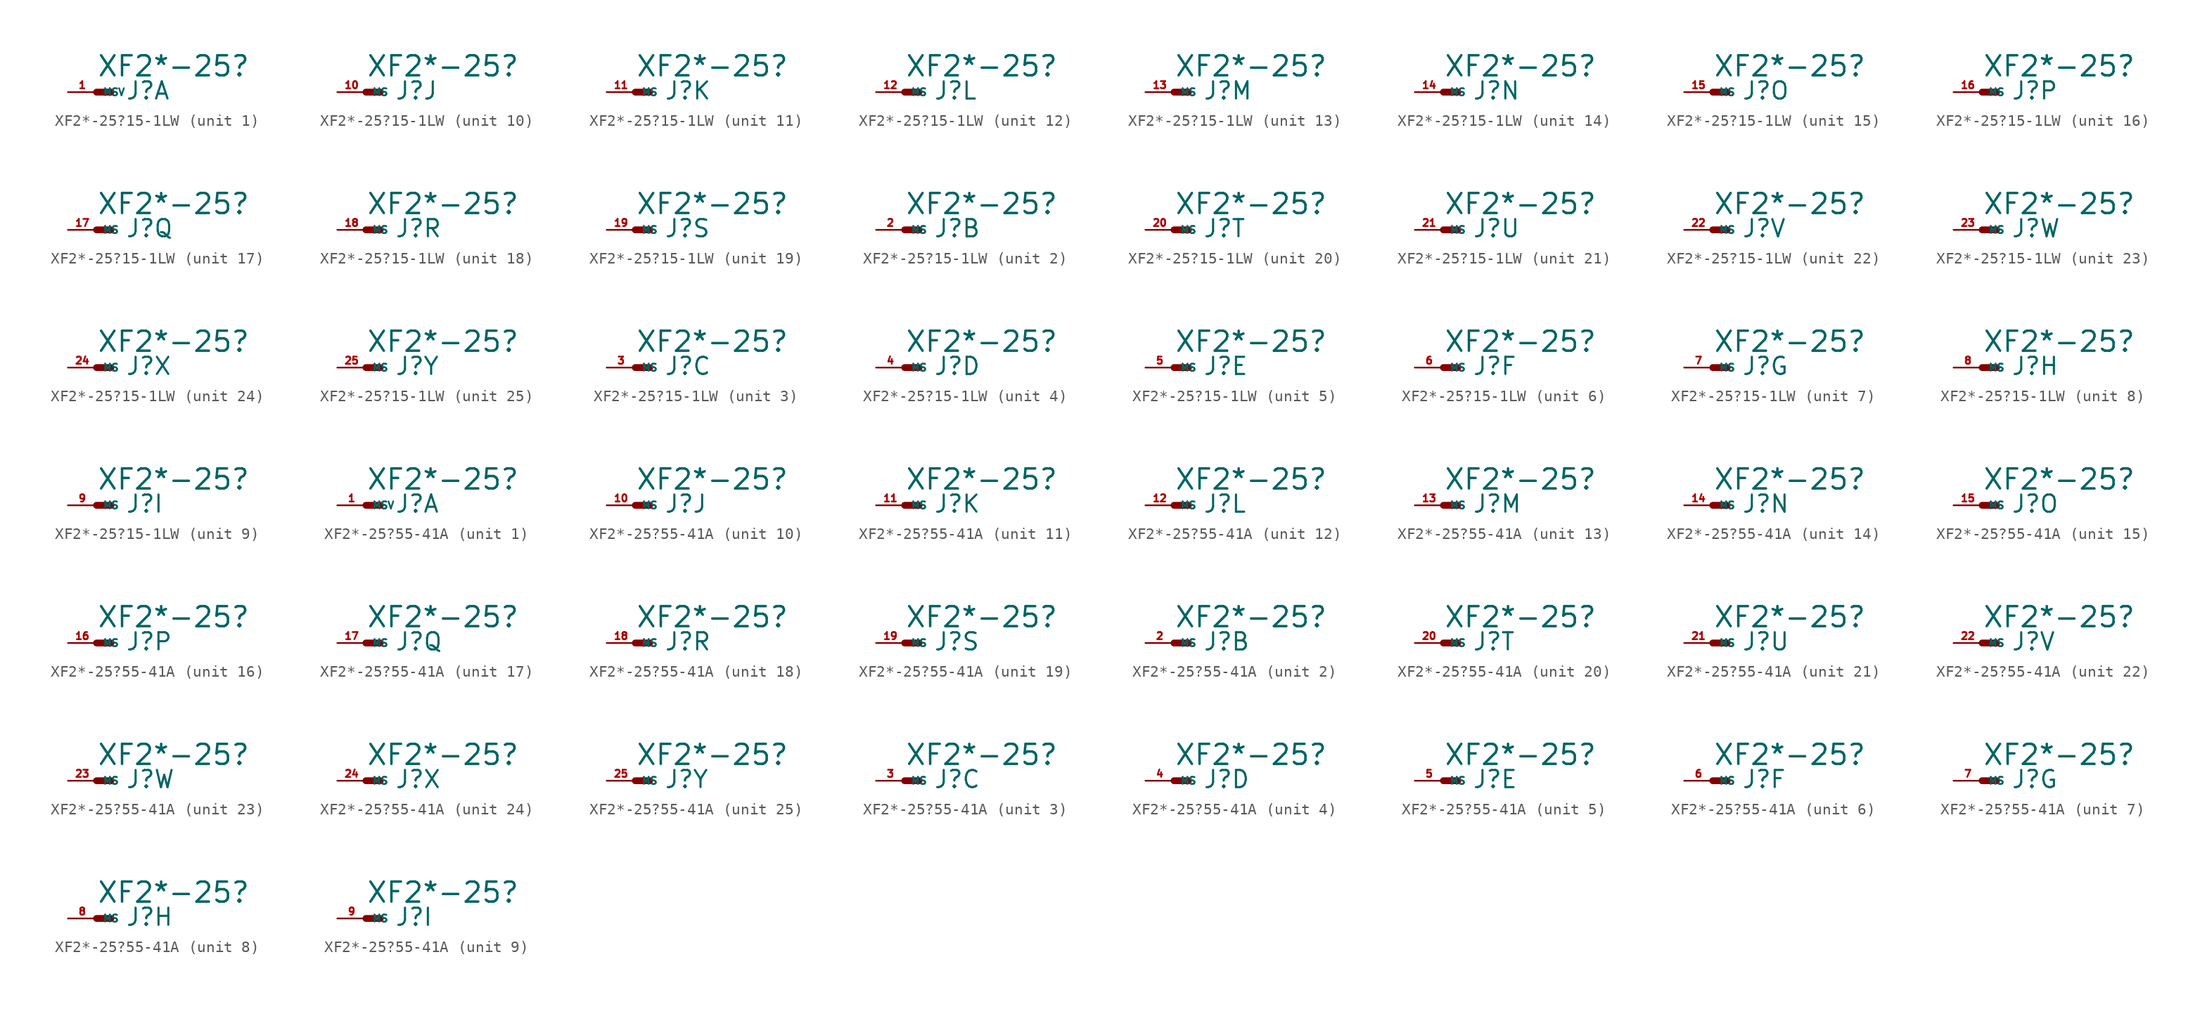
<source format=kicad_sym>
(kicad_symbol_lib
  (version 20220914)
  (generator Eagle2Kicad)
  (symbol "XF2*-25?15-1LW"
    (property "Reference" "J"
      (at 2.54 -0.762 0)
      (effects (font (size 1.524 1.524) (thickness 0.19)) (justify left bottom)))
    (property "Value" "XF2*-25?"
      (at 0 1.27 0)
      (effects (font (size 1.778 1.778) (thickness 0.22)) (justify left bottom)))
    (symbol "XF2*-25?15-1LW_1_0"
      (polyline (pts (xy 0 0) (xy 1.27 0)) (stroke (width 0.61) (type default)) (fill (type none)))
      (pin passive line (at -2.54 0 0) (length 2.54) (name "MSV" (effects (font (size 0.635 0.635) (thickness 0.08)) (justify left bottom))) (number "1" (effects (font (size 0.635 0.635) (thickness 0.08)) (justify left bottom)))))
    (symbol "XF2*-25?15-1LW_2_0"
      (polyline (pts (xy 0 0) (xy 1.27 0)) (stroke (width 0.61) (type default)) (fill (type none)))
      (pin passive line (at -2.54 0 0) (length 2.54) (name "MS" (effects (font (size 0.635 0.635) (thickness 0.08)) (justify left bottom))) (number "2" (effects (font (size 0.635 0.635) (thickness 0.08)) (justify left bottom)))))
    (symbol "XF2*-25?15-1LW_3_0"
      (polyline (pts (xy 0 0) (xy 1.27 0)) (stroke (width 0.61) (type default)) (fill (type none)))
      (pin passive line (at -2.54 0 0) (length 2.54) (name "MS" (effects (font (size 0.635 0.635) (thickness 0.08)) (justify left bottom))) (number "3" (effects (font (size 0.635 0.635) (thickness 0.08)) (justify left bottom)))))
    (symbol "XF2*-25?15-1LW_4_0"
      (polyline (pts (xy 0 0) (xy 1.27 0)) (stroke (width 0.61) (type default)) (fill (type none)))
      (pin passive line (at -2.54 0 0) (length 2.54) (name "MS" (effects (font (size 0.635 0.635) (thickness 0.08)) (justify left bottom))) (number "4" (effects (font (size 0.635 0.635) (thickness 0.08)) (justify left bottom)))))
    (symbol "XF2*-25?15-1LW_5_0"
      (polyline (pts (xy 0 0) (xy 1.27 0)) (stroke (width 0.61) (type default)) (fill (type none)))
      (pin passive line (at -2.54 0 0) (length 2.54) (name "MS" (effects (font (size 0.635 0.635) (thickness 0.08)) (justify left bottom))) (number "5" (effects (font (size 0.635 0.635) (thickness 0.08)) (justify left bottom)))))
    (symbol "XF2*-25?15-1LW_6_0"
      (polyline (pts (xy 0 0) (xy 1.27 0)) (stroke (width 0.61) (type default)) (fill (type none)))
      (pin passive line (at -2.54 0 0) (length 2.54) (name "MS" (effects (font (size 0.635 0.635) (thickness 0.08)) (justify left bottom))) (number "6" (effects (font (size 0.635 0.635) (thickness 0.08)) (justify left bottom)))))
    (symbol "XF2*-25?15-1LW_7_0"
      (polyline (pts (xy 0 0) (xy 1.27 0)) (stroke (width 0.61) (type default)) (fill (type none)))
      (pin passive line (at -2.54 0 0) (length 2.54) (name "MS" (effects (font (size 0.635 0.635) (thickness 0.08)) (justify left bottom))) (number "7" (effects (font (size 0.635 0.635) (thickness 0.08)) (justify left bottom)))))
    (symbol "XF2*-25?15-1LW_8_0"
      (polyline (pts (xy 0 0) (xy 1.27 0)) (stroke (width 0.61) (type default)) (fill (type none)))
      (pin passive line (at -2.54 0 0) (length 2.54) (name "MS" (effects (font (size 0.635 0.635) (thickness 0.08)) (justify left bottom))) (number "8" (effects (font (size 0.635 0.635) (thickness 0.08)) (justify left bottom)))))
    (symbol "XF2*-25?15-1LW_9_0"
      (polyline (pts (xy 0 0) (xy 1.27 0)) (stroke (width 0.61) (type default)) (fill (type none)))
      (pin passive line (at -2.54 0 0) (length 2.54) (name "MS" (effects (font (size 0.635 0.635) (thickness 0.08)) (justify left bottom))) (number "9" (effects (font (size 0.635 0.635) (thickness 0.08)) (justify left bottom)))))
    (symbol "XF2*-25?15-1LW_10_0"
      (polyline (pts (xy 0 0) (xy 1.27 0)) (stroke (width 0.61) (type default)) (fill (type none)))
      (pin passive line (at -2.54 0 0) (length 2.54) (name "MS" (effects (font (size 0.635 0.635) (thickness 0.08)) (justify left bottom))) (number "10" (effects (font (size 0.635 0.635) (thickness 0.08)) (justify left bottom)))))
    (symbol "XF2*-25?15-1LW_11_0"
      (polyline (pts (xy 0 0) (xy 1.27 0)) (stroke (width 0.61) (type default)) (fill (type none)))
      (pin passive line (at -2.54 0 0) (length 2.54) (name "MS" (effects (font (size 0.635 0.635) (thickness 0.08)) (justify left bottom))) (number "11" (effects (font (size 0.635 0.635) (thickness 0.08)) (justify left bottom)))))
    (symbol "XF2*-25?15-1LW_12_0"
      (polyline (pts (xy 0 0) (xy 1.27 0)) (stroke (width 0.61) (type default)) (fill (type none)))
      (pin passive line (at -2.54 0 0) (length 2.54) (name "MS" (effects (font (size 0.635 0.635) (thickness 0.08)) (justify left bottom))) (number "12" (effects (font (size 0.635 0.635) (thickness 0.08)) (justify left bottom)))))
    (symbol "XF2*-25?15-1LW_13_0"
      (polyline (pts (xy 0 0) (xy 1.27 0)) (stroke (width 0.61) (type default)) (fill (type none)))
      (pin passive line (at -2.54 0 0) (length 2.54) (name "MS" (effects (font (size 0.635 0.635) (thickness 0.08)) (justify left bottom))) (number "13" (effects (font (size 0.635 0.635) (thickness 0.08)) (justify left bottom)))))
    (symbol "XF2*-25?15-1LW_14_0"
      (polyline (pts (xy 0 0) (xy 1.27 0)) (stroke (width 0.61) (type default)) (fill (type none)))
      (pin passive line (at -2.54 0 0) (length 2.54) (name "MS" (effects (font (size 0.635 0.635) (thickness 0.08)) (justify left bottom))) (number "14" (effects (font (size 0.635 0.635) (thickness 0.08)) (justify left bottom)))))
    (symbol "XF2*-25?15-1LW_15_0"
      (polyline (pts (xy 0 0) (xy 1.27 0)) (stroke (width 0.61) (type default)) (fill (type none)))
      (pin passive line (at -2.54 0 0) (length 2.54) (name "MS" (effects (font (size 0.635 0.635) (thickness 0.08)) (justify left bottom))) (number "15" (effects (font (size 0.635 0.635) (thickness 0.08)) (justify left bottom)))))
    (symbol "XF2*-25?15-1LW_16_0"
      (polyline (pts (xy 0 0) (xy 1.27 0)) (stroke (width 0.61) (type default)) (fill (type none)))
      (pin passive line (at -2.54 0 0) (length 2.54) (name "MS" (effects (font (size 0.635 0.635) (thickness 0.08)) (justify left bottom))) (number "16" (effects (font (size 0.635 0.635) (thickness 0.08)) (justify left bottom)))))
    (symbol "XF2*-25?15-1LW_17_0"
      (polyline (pts (xy 0 0) (xy 1.27 0)) (stroke (width 0.61) (type default)) (fill (type none)))
      (pin passive line (at -2.54 0 0) (length 2.54) (name "MS" (effects (font (size 0.635 0.635) (thickness 0.08)) (justify left bottom))) (number "17" (effects (font (size 0.635 0.635) (thickness 0.08)) (justify left bottom)))))
    (symbol "XF2*-25?15-1LW_18_0"
      (polyline (pts (xy 0 0) (xy 1.27 0)) (stroke (width 0.61) (type default)) (fill (type none)))
      (pin passive line (at -2.54 0 0) (length 2.54) (name "MS" (effects (font (size 0.635 0.635) (thickness 0.08)) (justify left bottom))) (number "18" (effects (font (size 0.635 0.635) (thickness 0.08)) (justify left bottom)))))
    (symbol "XF2*-25?15-1LW_19_0"
      (polyline (pts (xy 0 0) (xy 1.27 0)) (stroke (width 0.61) (type default)) (fill (type none)))
      (pin passive line (at -2.54 0 0) (length 2.54) (name "MS" (effects (font (size 0.635 0.635) (thickness 0.08)) (justify left bottom))) (number "19" (effects (font (size 0.635 0.635) (thickness 0.08)) (justify left bottom)))))
    (symbol "XF2*-25?15-1LW_20_0"
      (polyline (pts (xy 0 0) (xy 1.27 0)) (stroke (width 0.61) (type default)) (fill (type none)))
      (pin passive line (at -2.54 0 0) (length 2.54) (name "MS" (effects (font (size 0.635 0.635) (thickness 0.08)) (justify left bottom))) (number "20" (effects (font (size 0.635 0.635) (thickness 0.08)) (justify left bottom)))))
    (symbol "XF2*-25?15-1LW_21_0"
      (polyline (pts (xy 0 0) (xy 1.27 0)) (stroke (width 0.61) (type default)) (fill (type none)))
      (pin passive line (at -2.54 0 0) (length 2.54) (name "MS" (effects (font (size 0.635 0.635) (thickness 0.08)) (justify left bottom))) (number "21" (effects (font (size 0.635 0.635) (thickness 0.08)) (justify left bottom)))))
    (symbol "XF2*-25?15-1LW_22_0"
      (polyline (pts (xy 0 0) (xy 1.27 0)) (stroke (width 0.61) (type default)) (fill (type none)))
      (pin passive line (at -2.54 0 0) (length 2.54) (name "MS" (effects (font (size 0.635 0.635) (thickness 0.08)) (justify left bottom))) (number "22" (effects (font (size 0.635 0.635) (thickness 0.08)) (justify left bottom)))))
    (symbol "XF2*-25?15-1LW_23_0"
      (polyline (pts (xy 0 0) (xy 1.27 0)) (stroke (width 0.61) (type default)) (fill (type none)))
      (pin passive line (at -2.54 0 0) (length 2.54) (name "MS" (effects (font (size 0.635 0.635) (thickness 0.08)) (justify left bottom))) (number "23" (effects (font (size 0.635 0.635) (thickness 0.08)) (justify left bottom)))))
    (symbol "XF2*-25?15-1LW_24_0"
      (polyline (pts (xy 0 0) (xy 1.27 0)) (stroke (width 0.61) (type default)) (fill (type none)))
      (pin passive line (at -2.54 0 0) (length 2.54) (name "MS" (effects (font (size 0.635 0.635) (thickness 0.08)) (justify left bottom))) (number "24" (effects (font (size 0.635 0.635) (thickness 0.08)) (justify left bottom)))))
    (symbol "XF2*-25?15-1LW_25_0"
      (polyline (pts (xy 0 0) (xy 1.27 0)) (stroke (width 0.61) (type default)) (fill (type none)))
      (pin passive line (at -2.54 0 0) (length 2.54) (name "MS" (effects (font (size 0.635 0.635) (thickness 0.08)) (justify left bottom))) (number "25" (effects (font (size 0.635 0.635) (thickness 0.08)) (justify left bottom))))))
  (symbol "XF2*-25?55-41A"
    (property "Reference" "J"
      (at 2.54 -0.762 0)
      (effects (font (size 1.524 1.524) (thickness 0.19)) (justify left bottom)))
    (property "Value" "XF2*-25?"
      (at 0 1.27 0)
      (effects (font (size 1.778 1.778) (thickness 0.22)) (justify left bottom)))
    (symbol "XF2*-25?55-41A_1_0"
      (polyline (pts (xy 0 0) (xy 1.27 0)) (stroke (width 0.61) (type default)) (fill (type none)))
      (pin passive line (at -2.54 0 0) (length 2.54) (name "MSV" (effects (font (size 0.635 0.635) (thickness 0.08)) (justify left bottom))) (number "1" (effects (font (size 0.635 0.635) (thickness 0.08)) (justify left bottom)))))
    (symbol "XF2*-25?55-41A_2_0"
      (polyline (pts (xy 0 0) (xy 1.27 0)) (stroke (width 0.61) (type default)) (fill (type none)))
      (pin passive line (at -2.54 0 0) (length 2.54) (name "MS" (effects (font (size 0.635 0.635) (thickness 0.08)) (justify left bottom))) (number "2" (effects (font (size 0.635 0.635) (thickness 0.08)) (justify left bottom)))))
    (symbol "XF2*-25?55-41A_3_0"
      (polyline (pts (xy 0 0) (xy 1.27 0)) (stroke (width 0.61) (type default)) (fill (type none)))
      (pin passive line (at -2.54 0 0) (length 2.54) (name "MS" (effects (font (size 0.635 0.635) (thickness 0.08)) (justify left bottom))) (number "3" (effects (font (size 0.635 0.635) (thickness 0.08)) (justify left bottom)))))
    (symbol "XF2*-25?55-41A_4_0"
      (polyline (pts (xy 0 0) (xy 1.27 0)) (stroke (width 0.61) (type default)) (fill (type none)))
      (pin passive line (at -2.54 0 0) (length 2.54) (name "MS" (effects (font (size 0.635 0.635) (thickness 0.08)) (justify left bottom))) (number "4" (effects (font (size 0.635 0.635) (thickness 0.08)) (justify left bottom)))))
    (symbol "XF2*-25?55-41A_5_0"
      (polyline (pts (xy 0 0) (xy 1.27 0)) (stroke (width 0.61) (type default)) (fill (type none)))
      (pin passive line (at -2.54 0 0) (length 2.54) (name "MS" (effects (font (size 0.635 0.635) (thickness 0.08)) (justify left bottom))) (number "5" (effects (font (size 0.635 0.635) (thickness 0.08)) (justify left bottom)))))
    (symbol "XF2*-25?55-41A_6_0"
      (polyline (pts (xy 0 0) (xy 1.27 0)) (stroke (width 0.61) (type default)) (fill (type none)))
      (pin passive line (at -2.54 0 0) (length 2.54) (name "MS" (effects (font (size 0.635 0.635) (thickness 0.08)) (justify left bottom))) (number "6" (effects (font (size 0.635 0.635) (thickness 0.08)) (justify left bottom)))))
    (symbol "XF2*-25?55-41A_7_0"
      (polyline (pts (xy 0 0) (xy 1.27 0)) (stroke (width 0.61) (type default)) (fill (type none)))
      (pin passive line (at -2.54 0 0) (length 2.54) (name "MS" (effects (font (size 0.635 0.635) (thickness 0.08)) (justify left bottom))) (number "7" (effects (font (size 0.635 0.635) (thickness 0.08)) (justify left bottom)))))
    (symbol "XF2*-25?55-41A_8_0"
      (polyline (pts (xy 0 0) (xy 1.27 0)) (stroke (width 0.61) (type default)) (fill (type none)))
      (pin passive line (at -2.54 0 0) (length 2.54) (name "MS" (effects (font (size 0.635 0.635) (thickness 0.08)) (justify left bottom))) (number "8" (effects (font (size 0.635 0.635) (thickness 0.08)) (justify left bottom)))))
    (symbol "XF2*-25?55-41A_9_0"
      (polyline (pts (xy 0 0) (xy 1.27 0)) (stroke (width 0.61) (type default)) (fill (type none)))
      (pin passive line (at -2.54 0 0) (length 2.54) (name "MS" (effects (font (size 0.635 0.635) (thickness 0.08)) (justify left bottom))) (number "9" (effects (font (size 0.635 0.635) (thickness 0.08)) (justify left bottom)))))
    (symbol "XF2*-25?55-41A_10_0"
      (polyline (pts (xy 0 0) (xy 1.27 0)) (stroke (width 0.61) (type default)) (fill (type none)))
      (pin passive line (at -2.54 0 0) (length 2.54) (name "MS" (effects (font (size 0.635 0.635) (thickness 0.08)) (justify left bottom))) (number "10" (effects (font (size 0.635 0.635) (thickness 0.08)) (justify left bottom)))))
    (symbol "XF2*-25?55-41A_11_0"
      (polyline (pts (xy 0 0) (xy 1.27 0)) (stroke (width 0.61) (type default)) (fill (type none)))
      (pin passive line (at -2.54 0 0) (length 2.54) (name "MS" (effects (font (size 0.635 0.635) (thickness 0.08)) (justify left bottom))) (number "11" (effects (font (size 0.635 0.635) (thickness 0.08)) (justify left bottom)))))
    (symbol "XF2*-25?55-41A_12_0"
      (polyline (pts (xy 0 0) (xy 1.27 0)) (stroke (width 0.61) (type default)) (fill (type none)))
      (pin passive line (at -2.54 0 0) (length 2.54) (name "MS" (effects (font (size 0.635 0.635) (thickness 0.08)) (justify left bottom))) (number "12" (effects (font (size 0.635 0.635) (thickness 0.08)) (justify left bottom)))))
    (symbol "XF2*-25?55-41A_13_0"
      (polyline (pts (xy 0 0) (xy 1.27 0)) (stroke (width 0.61) (type default)) (fill (type none)))
      (pin passive line (at -2.54 0 0) (length 2.54) (name "MS" (effects (font (size 0.635 0.635) (thickness 0.08)) (justify left bottom))) (number "13" (effects (font (size 0.635 0.635) (thickness 0.08)) (justify left bottom)))))
    (symbol "XF2*-25?55-41A_14_0"
      (polyline (pts (xy 0 0) (xy 1.27 0)) (stroke (width 0.61) (type default)) (fill (type none)))
      (pin passive line (at -2.54 0 0) (length 2.54) (name "MS" (effects (font (size 0.635 0.635) (thickness 0.08)) (justify left bottom))) (number "14" (effects (font (size 0.635 0.635) (thickness 0.08)) (justify left bottom)))))
    (symbol "XF2*-25?55-41A_15_0"
      (polyline (pts (xy 0 0) (xy 1.27 0)) (stroke (width 0.61) (type default)) (fill (type none)))
      (pin passive line (at -2.54 0 0) (length 2.54) (name "MS" (effects (font (size 0.635 0.635) (thickness 0.08)) (justify left bottom))) (number "15" (effects (font (size 0.635 0.635) (thickness 0.08)) (justify left bottom)))))
    (symbol "XF2*-25?55-41A_16_0"
      (polyline (pts (xy 0 0) (xy 1.27 0)) (stroke (width 0.61) (type default)) (fill (type none)))
      (pin passive line (at -2.54 0 0) (length 2.54) (name "MS" (effects (font (size 0.635 0.635) (thickness 0.08)) (justify left bottom))) (number "16" (effects (font (size 0.635 0.635) (thickness 0.08)) (justify left bottom)))))
    (symbol "XF2*-25?55-41A_17_0"
      (polyline (pts (xy 0 0) (xy 1.27 0)) (stroke (width 0.61) (type default)) (fill (type none)))
      (pin passive line (at -2.54 0 0) (length 2.54) (name "MS" (effects (font (size 0.635 0.635) (thickness 0.08)) (justify left bottom))) (number "17" (effects (font (size 0.635 0.635) (thickness 0.08)) (justify left bottom)))))
    (symbol "XF2*-25?55-41A_18_0"
      (polyline (pts (xy 0 0) (xy 1.27 0)) (stroke (width 0.61) (type default)) (fill (type none)))
      (pin passive line (at -2.54 0 0) (length 2.54) (name "MS" (effects (font (size 0.635 0.635) (thickness 0.08)) (justify left bottom))) (number "18" (effects (font (size 0.635 0.635) (thickness 0.08)) (justify left bottom)))))
    (symbol "XF2*-25?55-41A_19_0"
      (polyline (pts (xy 0 0) (xy 1.27 0)) (stroke (width 0.61) (type default)) (fill (type none)))
      (pin passive line (at -2.54 0 0) (length 2.54) (name "MS" (effects (font (size 0.635 0.635) (thickness 0.08)) (justify left bottom))) (number "19" (effects (font (size 0.635 0.635) (thickness 0.08)) (justify left bottom)))))
    (symbol "XF2*-25?55-41A_20_0"
      (polyline (pts (xy 0 0) (xy 1.27 0)) (stroke (width 0.61) (type default)) (fill (type none)))
      (pin passive line (at -2.54 0 0) (length 2.54) (name "MS" (effects (font (size 0.635 0.635) (thickness 0.08)) (justify left bottom))) (number "20" (effects (font (size 0.635 0.635) (thickness 0.08)) (justify left bottom)))))
    (symbol "XF2*-25?55-41A_21_0"
      (polyline (pts (xy 0 0) (xy 1.27 0)) (stroke (width 0.61) (type default)) (fill (type none)))
      (pin passive line (at -2.54 0 0) (length 2.54) (name "MS" (effects (font (size 0.635 0.635) (thickness 0.08)) (justify left bottom))) (number "21" (effects (font (size 0.635 0.635) (thickness 0.08)) (justify left bottom)))))
    (symbol "XF2*-25?55-41A_22_0"
      (polyline (pts (xy 0 0) (xy 1.27 0)) (stroke (width 0.61) (type default)) (fill (type none)))
      (pin passive line (at -2.54 0 0) (length 2.54) (name "MS" (effects (font (size 0.635 0.635) (thickness 0.08)) (justify left bottom))) (number "22" (effects (font (size 0.635 0.635) (thickness 0.08)) (justify left bottom)))))
    (symbol "XF2*-25?55-41A_23_0"
      (polyline (pts (xy 0 0) (xy 1.27 0)) (stroke (width 0.61) (type default)) (fill (type none)))
      (pin passive line (at -2.54 0 0) (length 2.54) (name "MS" (effects (font (size 0.635 0.635) (thickness 0.08)) (justify left bottom))) (number "23" (effects (font (size 0.635 0.635) (thickness 0.08)) (justify left bottom)))))
    (symbol "XF2*-25?55-41A_24_0"
      (polyline (pts (xy 0 0) (xy 1.27 0)) (stroke (width 0.61) (type default)) (fill (type none)))
      (pin passive line (at -2.54 0 0) (length 2.54) (name "MS" (effects (font (size 0.635 0.635) (thickness 0.08)) (justify left bottom))) (number "24" (effects (font (size 0.635 0.635) (thickness 0.08)) (justify left bottom)))))
    (symbol "XF2*-25?55-41A_25_0"
      (polyline (pts (xy 0 0) (xy 1.27 0)) (stroke (width 0.61) (type default)) (fill (type none)))
      (pin passive line (at -2.54 0 0) (length 2.54) (name "MS" (effects (font (size 0.635 0.635) (thickness 0.08)) (justify left bottom))) (number "25" (effects (font (size 0.635 0.635) (thickness 0.08)) (justify left bottom)))))))
</source>
